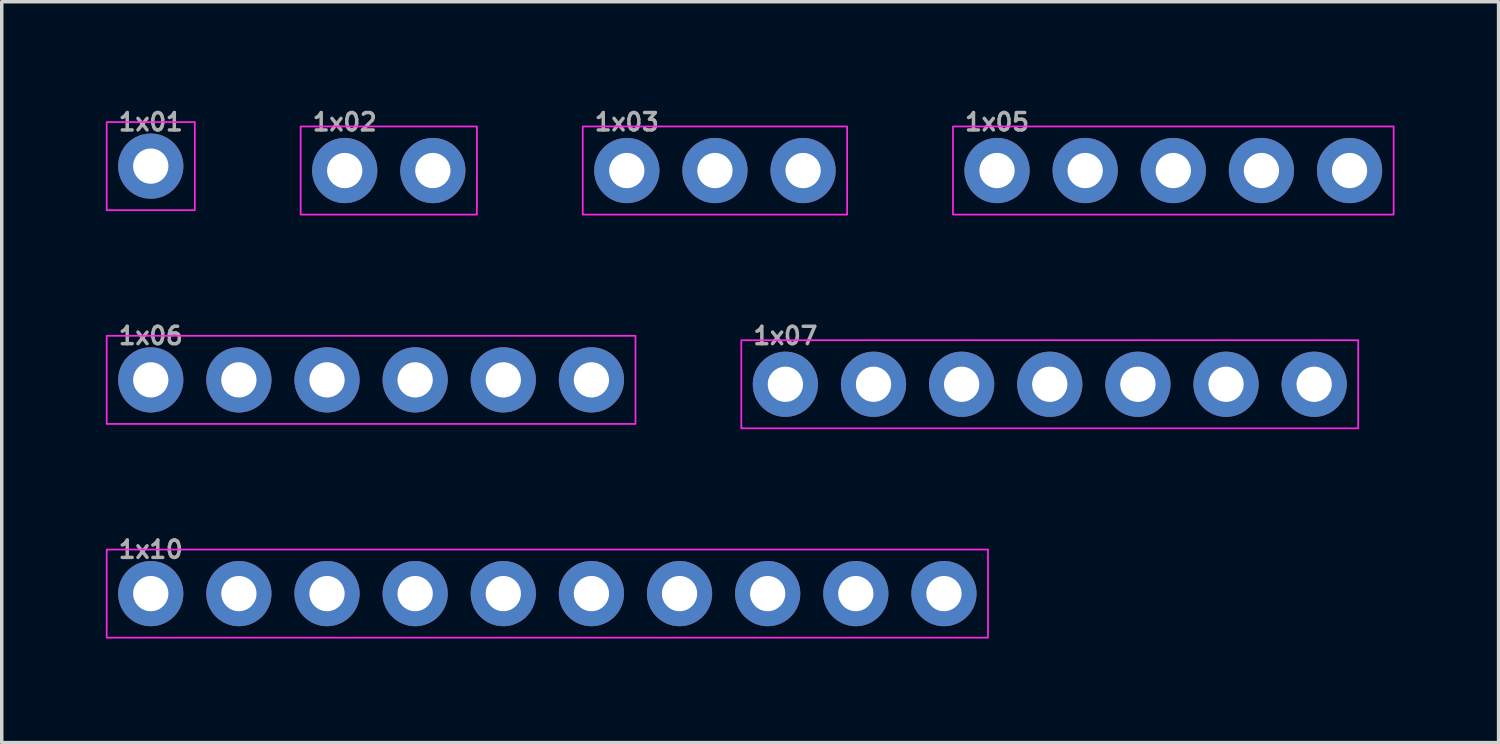
<source format=kicad_pcb>
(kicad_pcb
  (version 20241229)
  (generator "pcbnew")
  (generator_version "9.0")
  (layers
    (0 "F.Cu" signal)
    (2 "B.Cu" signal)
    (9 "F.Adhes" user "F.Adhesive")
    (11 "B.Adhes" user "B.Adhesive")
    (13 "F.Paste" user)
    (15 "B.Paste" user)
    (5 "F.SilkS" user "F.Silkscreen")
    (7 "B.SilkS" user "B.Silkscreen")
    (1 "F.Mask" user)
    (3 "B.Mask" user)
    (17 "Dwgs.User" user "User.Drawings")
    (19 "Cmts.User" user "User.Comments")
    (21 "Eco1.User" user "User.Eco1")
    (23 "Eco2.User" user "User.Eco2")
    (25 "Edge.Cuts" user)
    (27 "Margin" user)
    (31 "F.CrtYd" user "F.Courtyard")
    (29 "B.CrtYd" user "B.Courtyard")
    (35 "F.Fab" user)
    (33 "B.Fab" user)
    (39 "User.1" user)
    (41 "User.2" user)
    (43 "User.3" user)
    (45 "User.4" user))
  (footprint "1x06"
    (layer "F.Cu")
    (at 1.295 7.898)
    (property "Reference" "1x06" (at 0 -1.27 0) (layer "F.Fab") (effects (font (size 0.5 0.5) (thickness 0.1) (bold yes))))
    (fp_rect (start -1.27 -1.27) (end 13.97 1.27) (stroke (width 0.05) (type default)) (fill no) (layer "F.CrtYd"))
    (fp_poly (pts (xy -0.254 0.254) (xy 0.254 0.254) (xy 0.254 -0.254) (xy -0.254 -0.254)) (stroke (width 0.1) (type default)) (fill no) (layer "F.Fab"))
    (fp_poly (pts (xy 2.286 0.254) (xy 2.794 0.254) (xy 2.794 -0.254) (xy 2.286 -0.254)) (stroke (width 0.1) (type default)) (fill no) (layer "F.Fab"))
    (fp_poly (pts (xy 4.826 0.254) (xy 5.334 0.254) (xy 5.334 -0.254) (xy 4.826 -0.254)) (stroke (width 0.1) (type default)) (fill no) (layer "F.Fab"))
    (fp_poly (pts (xy 7.366 0.254) (xy 7.874 0.254) (xy 7.874 -0.254) (xy 7.366 -0.254)) (stroke (width 0.1) (type default)) (fill no) (layer "F.Fab"))
    (fp_poly (pts (xy 9.906 0.254) (xy 10.414 0.254) (xy 10.414 -0.254) (xy 9.906 -0.254)) (stroke (width 0.1) (type default)) (fill no) (layer "F.Fab"))
    (fp_poly (pts (xy 12.446 0.254) (xy 12.954 0.254) (xy 12.954 -0.254) (xy 12.446 -0.254)) (stroke (width 0.1) (type default)) (fill no) (layer "F.Fab"))
    (pad "1" thru_hole circle (at 0 0 90) (size 1.88 1.88) (drill 1.016) (layers "*.Cu" "*.Mask") (remove_unused_layers yes) (keep_end_layers yes) (zone_layer_connections))
    (pad "2" thru_hole circle (at 2.54 0 90) (size 1.88 1.88) (drill 1.016) (layers "*.Cu" "*.Mask") (remove_unused_layers yes) (keep_end_layers yes) (zone_layer_connections))
    (pad "3" thru_hole circle (at 5.08 0 90) (size 1.88 1.88) (drill 1.016) (layers "*.Cu" "*.Mask") (remove_unused_layers yes) (keep_end_layers yes) (zone_layer_connections))
    (pad "4" thru_hole circle (at 7.62 0 90) (size 1.88 1.88) (drill 1.016) (layers "*.Cu" "*.Mask") (remove_unused_layers yes) (keep_end_layers yes) (zone_layer_connections))
    (pad "5" thru_hole circle (at 10.16 0 90) (size 1.88 1.88) (drill 1.016) (layers "*.Cu" "*.Mask") (remove_unused_layers yes) (keep_end_layers yes) (zone_layer_connections))
    (pad "6" thru_hole circle (at 12.7 0 90) (size 1.88 1.88) (drill 1.016) (layers "*.Cu" "*.Mask") (remove_unused_layers yes) (keep_end_layers yes) (zone_layer_connections)))
  (footprint "1x07"
    (layer "F.Cu")
    (at 19.585 8.025)
    (property "Reference" "1x07" (at 0 -1.397 0) (layer "F.Fab") (effects (font (size 0.5 0.5) (thickness 0.1))))
    (fp_rect (start -1.27 -1.27) (end 16.51 1.27) (stroke (width 0.05) (type default)) (fill no) (layer "F.CrtYd"))
    (fp_poly (pts (xy -0.254 0.254) (xy 0.254 0.254) (xy 0.254 -0.254) (xy -0.254 -0.254)) (stroke (width 0.1) (type default)) (fill no) (layer "F.Fab"))
    (fp_poly (pts (xy 2.286 0.254) (xy 2.794 0.254) (xy 2.794 -0.254) (xy 2.286 -0.254)) (stroke (width 0.1) (type default)) (fill no) (layer "F.Fab"))
    (fp_poly (pts (xy 4.826 0.254) (xy 5.334 0.254) (xy 5.334 -0.254) (xy 4.826 -0.254)) (stroke (width 0.1) (type default)) (fill no) (layer "F.Fab"))
    (fp_poly (pts (xy 7.366 0.254) (xy 7.874 0.254) (xy 7.874 -0.254) (xy 7.366 -0.254)) (stroke (width 0.1) (type default)) (fill no) (layer "F.Fab"))
    (fp_poly (pts (xy 9.906 0.254) (xy 10.414 0.254) (xy 10.414 -0.254) (xy 9.906 -0.254)) (stroke (width 0.1) (type default)) (fill no) (layer "F.Fab"))
    (fp_poly (pts (xy 12.446 0.254) (xy 12.954 0.254) (xy 12.954 -0.254) (xy 12.446 -0.254)) (stroke (width 0.1) (type default)) (fill no) (layer "F.Fab"))
    (fp_poly (pts (xy 14.986 0.254) (xy 15.494 0.254) (xy 15.494 -0.254) (xy 14.986 -0.254)) (stroke (width 0.1) (type default)) (fill no) (layer "F.Fab"))
    (pad "1" thru_hole circle (at 0 0 90) (size 1.88 1.88) (drill 1.016) (layers "*.Cu" "*.Mask") (remove_unused_layers yes) (keep_end_layers yes) (zone_layer_connections))
    (pad "2" thru_hole circle (at 2.54 0 90) (size 1.88 1.88) (drill 1.016) (layers "*.Cu" "*.Mask") (remove_unused_layers yes) (keep_end_layers yes) (zone_layer_connections))
    (pad "3" thru_hole circle (at 5.08 0 90) (size 1.88 1.88) (drill 1.016) (layers "*.Cu" "*.Mask") (remove_unused_layers yes) (keep_end_layers yes) (zone_layer_connections))
    (pad "4" thru_hole circle (at 7.62 0 90) (size 1.88 1.88) (drill 1.016) (layers "*.Cu" "*.Mask") (remove_unused_layers yes) (keep_end_layers yes) (zone_layer_connections))
    (pad "5" thru_hole circle (at 10.16 0 90) (size 1.88 1.88) (drill 1.016) (layers "*.Cu" "*.Mask") (remove_unused_layers yes) (keep_end_layers yes) (zone_layer_connections))
    (pad "6" thru_hole circle (at 12.7 0 90) (size 1.88 1.88) (drill 1.016) (layers "*.Cu" "*.Mask") (remove_unused_layers yes) (keep_end_layers yes) (zone_layer_connections))
    (pad "7" thru_hole circle (at 15.24 0 90) (size 1.88 1.88) (drill 1.016) (layers "*.Cu" "*.Mask") (remove_unused_layers yes) (keep_end_layers yes) (zone_layer_connections)))
  (footprint "1x02"
    (layer "F.Cu")
    (at 6.885 1.865)
    (property "Reference" "1x02" (at 0 -1.397 0) (layer "F.Fab") (effects (font (size 0.5 0.5) (thickness 0.1))))
    (fp_rect (start -1.27 -1.27) (end 3.81 1.27) (stroke (width 0.05) (type default)) (fill no) (layer "F.CrtYd"))
    (fp_poly (pts (xy -0.254 0.254) (xy 0.254 0.254) (xy 0.254 -0.254) (xy -0.254 -0.254)) (stroke (width 0.1) (type default)) (fill no) (layer "F.Fab"))
    (fp_poly (pts (xy 2.286 0.254) (xy 2.794 0.254) (xy 2.794 -0.254) (xy 2.286 -0.254)) (stroke (width 0.1) (type default)) (fill no) (layer "F.Fab"))
    (pad "1" thru_hole circle (at 0 0 90) (size 1.88 1.88) (drill 1.016) (layers "*.Cu" "*.Mask") (remove_unused_layers yes) (keep_end_layers yes) (zone_layer_connections))
    (pad "2" thru_hole circle (at 2.54 0 90) (size 1.88 1.88) (drill 1.016) (layers "*.Cu" "*.Mask") (remove_unused_layers yes) (keep_end_layers yes) (zone_layer_connections)))
  (footprint "1x03"
    (layer "F.Cu")
    (at 15.015 1.865)
    (property "Reference" "1x03" (at 0 -1.397 0) (layer "F.Fab") (effects (font (size 0.5 0.5) (thickness 0.1))))
    (fp_rect (start -1.27 -1.27) (end 6.35 1.27) (stroke (width 0.05) (type default)) (fill no) (layer "F.CrtYd"))
    (fp_poly (pts (xy -0.254 0.254) (xy 0.254 0.254) (xy 0.254 -0.254) (xy -0.254 -0.254)) (stroke (width 0.1) (type default)) (fill no) (layer "F.Fab"))
    (fp_poly (pts (xy 2.286 0.254) (xy 2.794 0.254) (xy 2.794 -0.254) (xy 2.286 -0.254)) (stroke (width 0.1) (type default)) (fill no) (layer "F.Fab"))
    (fp_poly (pts (xy 4.826 0.254) (xy 5.334 0.254) (xy 5.334 -0.254) (xy 4.826 -0.254)) (stroke (width 0.1) (type default)) (fill no) (layer "F.Fab"))
    (pad "1" thru_hole circle (at 0 0 90) (size 1.88 1.88) (drill 1.016) (layers "*.Cu" "*.Mask") (remove_unused_layers yes) (keep_end_layers yes) (zone_layer_connections))
    (pad "2" thru_hole circle (at 2.54 0 90) (size 1.88 1.88) (drill 1.016) (layers "*.Cu" "*.Mask") (remove_unused_layers yes) (keep_end_layers yes) (zone_layer_connections))
    (pad "3" thru_hole circle (at 5.08 0 90) (size 1.88 1.88) (drill 1.016) (layers "*.Cu" "*.Mask") (remove_unused_layers yes) (keep_end_layers yes) (zone_layer_connections)))
  (footprint "1x01"
    (layer "F.Cu")
    (at 1.295 1.738)
    (property "Reference" "1x01" (at 0 -1.27 0) (layer "F.Fab") (effects (font (size 0.5 0.5) (thickness 0.1))))
    (fp_rect (start -1.27 -1.27) (end 1.27 1.27) (stroke (width 0.05) (type default)) (fill no) (layer "F.CrtYd"))
    (fp_poly (pts (xy -0.254 0.254) (xy 0.254 0.254) (xy 0.254 -0.254) (xy -0.254 -0.254)) (stroke (width 0.1) (type default)) (fill no) (layer "F.Fab"))
    (pad "1" thru_hole circle (at 0 0 90) (size 1.88 1.88) (drill 1.016) (layers "*.Cu" "*.Mask") (remove_unused_layers yes) (keep_end_layers yes) (zone_layer_connections)))
  (footprint "1x05"
    (layer "F.Cu")
    (at 25.685 1.865)
    (property "Reference" "1x05" (at 0 -1.397 0) (layer "F.Fab") (effects (font (size 0.5 0.5) (thickness 0.1))))
    (fp_rect (start -1.27 -1.27) (end 11.43 1.27) (stroke (width 0.05) (type default)) (fill no) (layer "F.CrtYd"))
    (fp_poly (pts (xy -0.254 0.254) (xy 0.254 0.254) (xy 0.254 -0.254) (xy -0.254 -0.254)) (stroke (width 0.1) (type default)) (fill no) (layer "F.Fab"))
    (fp_poly (pts (xy 2.286 0.254) (xy 2.794 0.254) (xy 2.794 -0.254) (xy 2.286 -0.254)) (stroke (width 0.1) (type default)) (fill no) (layer "F.Fab"))
    (fp_poly (pts (xy 4.826 0.254) (xy 5.334 0.254) (xy 5.334 -0.254) (xy 4.826 -0.254)) (stroke (width 0.1) (type default)) (fill no) (layer "F.Fab"))
    (fp_poly (pts (xy 7.366 0.254) (xy 7.874 0.254) (xy 7.874 -0.254) (xy 7.366 -0.254)) (stroke (width 0.1) (type default)) (fill no) (layer "F.Fab"))
    (fp_poly (pts (xy 9.906 0.254) (xy 10.414 0.254) (xy 10.414 -0.254) (xy 9.906 -0.254)) (stroke (width 0.1) (type default)) (fill no) (layer "F.Fab"))
    (pad "1" thru_hole circle (at 0 0 90) (size 1.88 1.88) (drill 1.016) (layers "*.Cu" "*.Mask") (remove_unused_layers yes) (keep_end_layers yes) (zone_layer_connections))
    (pad "2" thru_hole circle (at 2.54 0 90) (size 1.88 1.88) (drill 1.016) (layers "*.Cu" "*.Mask") (remove_unused_layers yes) (keep_end_layers yes) (zone_layer_connections))
    (pad "3" thru_hole circle (at 5.08 0 90) (size 1.88 1.88) (drill 1.016) (layers "*.Cu" "*.Mask") (remove_unused_layers yes) (keep_end_layers yes) (zone_layer_connections))
    (pad "4" thru_hole circle (at 7.62 0 90) (size 1.88 1.88) (drill 1.016) (layers "*.Cu" "*.Mask") (remove_unused_layers yes) (keep_end_layers yes) (zone_layer_connections))
    (pad "5" thru_hole circle (at 10.16 0 90) (size 1.88 1.88) (drill 1.016) (layers "*.Cu" "*.Mask") (remove_unused_layers yes) (keep_end_layers yes) (zone_layer_connections)))
  (footprint "1x10"
    (layer "F.Cu")
    (at 1.295 14.058)
    (property "Reference" "1x10" (at 0 -1.27 0) (layer "F.Fab") (effects (font (size 0.5 0.5) (thickness 0.1))))
    (fp_rect (start -1.27 -1.27) (end 24.13 1.27) (stroke (width 0.05) (type default)) (fill no) (layer "F.CrtYd"))
    (fp_poly (pts (xy -0.254 0.254) (xy 0.254 0.254) (xy 0.254 -0.254) (xy -0.254 -0.254)) (stroke (width 0.1) (type default)) (fill no) (layer "F.Fab"))
    (fp_poly (pts (xy 2.286 0.254) (xy 2.794 0.254) (xy 2.794 -0.254) (xy 2.286 -0.254)) (stroke (width 0.1) (type default)) (fill no) (layer "F.Fab"))
    (fp_poly (pts (xy 4.826 0.254) (xy 5.334 0.254) (xy 5.334 -0.254) (xy 4.826 -0.254)) (stroke (width 0.1) (type default)) (fill no) (layer "F.Fab"))
    (fp_poly (pts (xy 7.366 0.254) (xy 7.874 0.254) (xy 7.874 -0.254) (xy 7.366 -0.254)) (stroke (width 0.1) (type default)) (fill no) (layer "F.Fab"))
    (fp_poly (pts (xy 9.906 0.254) (xy 10.414 0.254) (xy 10.414 -0.254) (xy 9.906 -0.254)) (stroke (width 0.1) (type default)) (fill no) (layer "F.Fab"))
    (fp_poly (pts (xy 12.446 0.254) (xy 12.954 0.254) (xy 12.954 -0.254) (xy 12.446 -0.254)) (stroke (width 0.1) (type default)) (fill no) (layer "F.Fab"))
    (fp_poly (pts (xy 14.986 0.254) (xy 15.494 0.254) (xy 15.494 -0.254) (xy 14.986 -0.254)) (stroke (width 0.1) (type default)) (fill no) (layer "F.Fab"))
    (fp_poly (pts (xy 17.526 0.254) (xy 18.034 0.254) (xy 18.034 -0.254) (xy 17.526 -0.254)) (stroke (width 0.1) (type default)) (fill no) (layer "F.Fab"))
    (fp_poly (pts (xy 20.066 0.254) (xy 20.574 0.254) (xy 20.574 -0.254) (xy 20.066 -0.254)) (stroke (width 0.1) (type default)) (fill no) (layer "F.Fab"))
    (fp_poly (pts (xy 22.606 0.254) (xy 23.114 0.254) (xy 23.114 -0.254) (xy 22.606 -0.254)) (stroke (width 0.1) (type default)) (fill no) (layer "F.Fab"))
    (pad "1" thru_hole circle (at 0 0 90) (size 1.88 1.88) (drill 1.016) (layers "*.Cu" "*.Mask") (remove_unused_layers yes) (keep_end_layers yes) (zone_layer_connections))
    (pad "2" thru_hole circle (at 2.54 0 90) (size 1.88 1.88) (drill 1.016) (layers "*.Cu" "*.Mask") (remove_unused_layers yes) (keep_end_layers yes) (zone_layer_connections))
    (pad "3" thru_hole circle (at 5.08 0 90) (size 1.88 1.88) (drill 1.016) (layers "*.Cu" "*.Mask") (remove_unused_layers yes) (keep_end_layers yes) (zone_layer_connections))
    (pad "4" thru_hole circle (at 7.62 0 90) (size 1.88 1.88) (drill 1.016) (layers "*.Cu" "*.Mask") (remove_unused_layers yes) (keep_end_layers yes) (zone_layer_connections))
    (pad "5" thru_hole circle (at 10.16 0 90) (size 1.88 1.88) (drill 1.016) (layers "*.Cu" "*.Mask") (remove_unused_layers yes) (keep_end_layers yes) (zone_layer_connections))
    (pad "6" thru_hole circle (at 12.7 0 90) (size 1.88 1.88) (drill 1.016) (layers "*.Cu" "*.Mask") (remove_unused_layers yes) (keep_end_layers yes) (zone_layer_connections))
    (pad "7" thru_hole circle (at 15.24 0 90) (size 1.88 1.88) (drill 1.016) (layers "*.Cu" "*.Mask") (remove_unused_layers yes) (keep_end_layers yes) (zone_layer_connections))
    (pad "8" thru_hole circle (at 17.78 0 90) (size 1.88 1.88) (drill 1.016) (layers "*.Cu" "*.Mask") (remove_unused_layers yes) (keep_end_layers yes) (zone_layer_connections))
    (pad "9" thru_hole circle (at 20.32 0 90) (size 1.88 1.88) (drill 1.016) (layers "*.Cu" "*.Mask") (remove_unused_layers yes) (keep_end_layers yes) (zone_layer_connections))
    (pad "10" thru_hole circle (at 22.86 0 90) (size 1.88 1.88) (drill 1.016) (layers "*.Cu" "*.Mask") (remove_unused_layers yes) (keep_end_layers yes) (zone_layer_connections)))
  (gr_rect
    (start -3 -3)
    (end 40.14 18.353)
    (stroke (width 0.1) (type default))
    (fill no)
    (layer "Edge.Cuts")))
</source>
